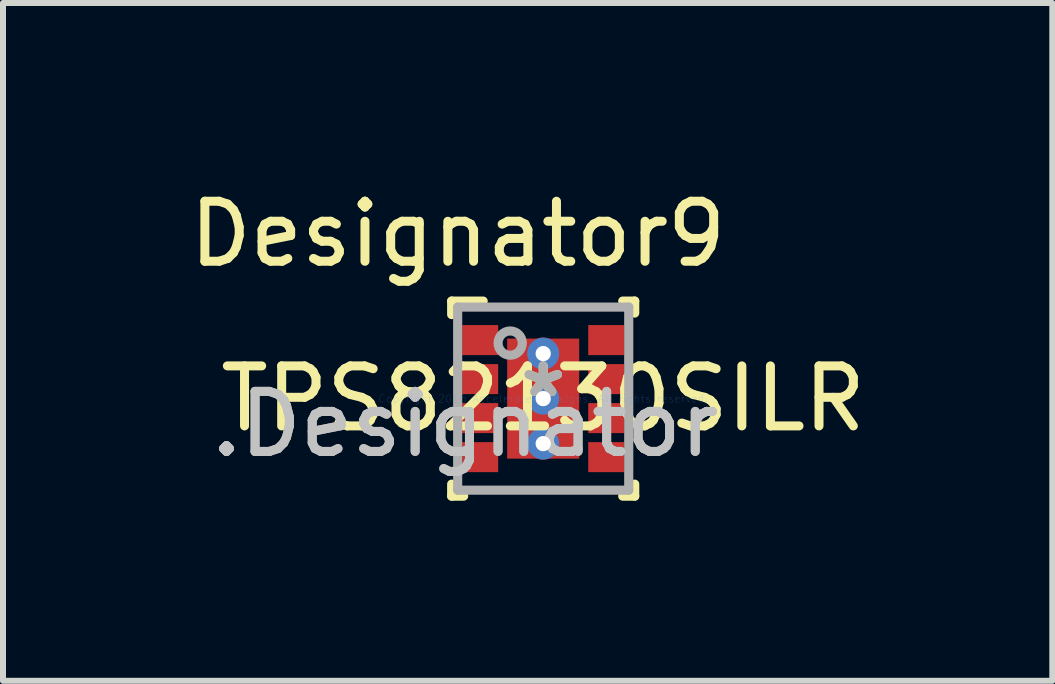
<source format=kicad_pcb>
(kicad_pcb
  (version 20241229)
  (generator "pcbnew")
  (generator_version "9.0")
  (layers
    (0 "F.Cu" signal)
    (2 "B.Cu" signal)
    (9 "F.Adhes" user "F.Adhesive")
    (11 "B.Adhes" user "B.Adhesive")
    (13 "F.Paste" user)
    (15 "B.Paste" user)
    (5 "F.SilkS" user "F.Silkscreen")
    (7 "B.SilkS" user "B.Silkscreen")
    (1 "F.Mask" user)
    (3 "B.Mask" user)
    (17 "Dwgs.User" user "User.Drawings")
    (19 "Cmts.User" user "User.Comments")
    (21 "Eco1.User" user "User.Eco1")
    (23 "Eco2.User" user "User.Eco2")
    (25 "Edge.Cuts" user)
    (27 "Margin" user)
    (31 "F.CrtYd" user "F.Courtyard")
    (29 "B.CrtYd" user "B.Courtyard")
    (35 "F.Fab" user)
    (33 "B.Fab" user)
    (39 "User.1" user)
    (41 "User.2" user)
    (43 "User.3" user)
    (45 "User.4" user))
  (footprint "TPS82130SILR"
    (layer "F.Cu")
    (at 6 3.591)
    (property "Reference" "TPS82130SILR" (at 0 0 0) (layer "F.SilkS") (effects (font (size 1 1) (thickness 0.15))))
    (attr through_hole)
    (fp_line (start -1.525 -1.625) (end -1 -1.625) (stroke (width 0.152) (type solid)) (layer "F.SilkS"))
    (fp_line (start -1.525 -1.4) (end -1.525 -1.625) (stroke (width 0.152) (type solid)) (layer "F.SilkS"))
    (fp_line (start -1.525 1.625) (end -1.525 1.425) (stroke (width 0.152) (type solid)) (layer "F.SilkS"))
    (fp_line (start -1.525 1.625) (end -1.325 1.625) (stroke (width 0.152) (type solid)) (layer "F.SilkS"))
    (fp_line (start 1.325 -1.625) (end 1.525 -1.625) (stroke (width 0.152) (type solid)) (layer "F.SilkS"))
    (fp_line (start 1.325 1.625) (end 1.525 1.625) (stroke (width 0.152) (type solid)) (layer "F.SilkS"))
    (fp_line (start 1.525 -1.425) (end 1.525 -1.625) (stroke (width 0.152) (type solid)) (layer "F.SilkS"))
    (fp_line (start 1.525 1.625) (end 1.525 1.425) (stroke (width 0.152) (type solid)) (layer "F.SilkS"))
    (fp_line (start -0.52 -0.899) (end -0.519 -0.909) (stroke (width 0.152) (type solid)) (layer "F.Paste"))
    (fp_line (start -0.52 -0.151) (end -0.52 -0.899) (stroke (width 0.152) (type solid)) (layer "F.Paste"))
    (fp_line (start -0.52 0.151) (end -0.519 0.141) (stroke (width 0.152) (type solid)) (layer "F.Paste"))
    (fp_line (start -0.52 0.899) (end -0.52 0.151) (stroke (width 0.152) (type solid)) (layer "F.Paste"))
    (fp_line (start -0.519 -0.909) (end -0.516 -0.919) (stroke (width 0.152) (type solid)) (layer "F.Paste"))
    (fp_line (start -0.519 -0.141) (end -0.52 -0.151) (stroke (width 0.152) (type solid)) (layer "F.Paste"))
    (fp_line (start -0.519 0.141) (end -0.516 0.131) (stroke (width 0.152) (type solid)) (layer "F.Paste"))
    (fp_line (start -0.519 0.909) (end -0.52 0.899) (stroke (width 0.152) (type solid)) (layer "F.Paste"))
    (fp_line (start -0.516 -0.919) (end -0.511 -0.927) (stroke (width 0.152) (type solid)) (layer "F.Paste"))
    (fp_line (start -0.516 -0.131) (end -0.519 -0.141) (stroke (width 0.152) (type solid)) (layer "F.Paste"))
    (fp_line (start -0.516 0.131) (end -0.511 0.123) (stroke (width 0.152) (type solid)) (layer "F.Paste"))
    (fp_line (start -0.516 0.919) (end -0.519 0.909) (stroke (width 0.152) (type solid)) (layer "F.Paste"))
    (fp_line (start -0.511 -0.927) (end -0.505 -0.935) (stroke (width 0.152) (type solid)) (layer "F.Paste"))
    (fp_line (start -0.511 -0.123) (end -0.516 -0.131) (stroke (width 0.152) (type solid)) (layer "F.Paste"))
    (fp_line (start -0.511 0.123) (end -0.505 0.115) (stroke (width 0.152) (type solid)) (layer "F.Paste"))
    (fp_line (start -0.511 0.927) (end -0.516 0.919) (stroke (width 0.152) (type solid)) (layer "F.Paste"))
    (fp_line (start -0.505 -0.935) (end -0.497 -0.941) (stroke (width 0.152) (type solid)) (layer "F.Paste"))
    (fp_line (start -0.505 -0.115) (end -0.511 -0.123) (stroke (width 0.152) (type solid)) (layer "F.Paste"))
    (fp_line (start -0.505 0.115) (end -0.497 0.109) (stroke (width 0.152) (type solid)) (layer "F.Paste"))
    (fp_line (start -0.505 0.935) (end -0.511 0.927) (stroke (width 0.152) (type solid)) (layer "F.Paste"))
    (fp_line (start -0.497 -0.941) (end -0.489 -0.946) (stroke (width 0.152) (type solid)) (layer "F.Paste"))
    (fp_line (start -0.497 -0.109) (end -0.505 -0.115) (stroke (width 0.152) (type solid)) (layer "F.Paste"))
    (fp_line (start -0.497 0.109) (end -0.489 0.104) (stroke (width 0.152) (type solid)) (layer "F.Paste"))
    (fp_line (start -0.497 0.941) (end -0.505 0.935) (stroke (width 0.152) (type solid)) (layer "F.Paste"))
    (fp_line (start -0.489 -0.946) (end -0.479 -0.949) (stroke (width 0.152) (type solid)) (layer "F.Paste"))
    (fp_line (start -0.489 -0.104) (end -0.497 -0.109) (stroke (width 0.152) (type solid)) (layer "F.Paste"))
    (fp_line (start -0.489 0.104) (end -0.479 0.101) (stroke (width 0.152) (type solid)) (layer "F.Paste"))
    (fp_line (start -0.489 0.946) (end -0.497 0.941) (stroke (width 0.152) (type solid)) (layer "F.Paste"))
    (fp_line (start -0.479 -0.949) (end -0.469 -0.95) (stroke (width 0.152) (type solid)) (layer "F.Paste"))
    (fp_line (start -0.479 -0.101) (end -0.489 -0.104) (stroke (width 0.152) (type solid)) (layer "F.Paste"))
    (fp_line (start -0.479 0.101) (end -0.469 0.1) (stroke (width 0.152) (type solid)) (layer "F.Paste"))
    (fp_line (start -0.479 0.949) (end -0.489 0.946) (stroke (width 0.152) (type solid)) (layer "F.Paste"))
    (fp_line (start -0.469 -0.95) (end 0.469 -0.95) (stroke (width 0.152) (type solid)) (layer "F.Paste"))
    (fp_line (start -0.469 -0.1) (end -0.479 -0.101) (stroke (width 0.152) (type solid)) (layer "F.Paste"))
    (fp_line (start -0.469 0.1) (end 0.469 0.1) (stroke (width 0.152) (type solid)) (layer "F.Paste"))
    (fp_line (start -0.469 0.95) (end -0.479 0.949) (stroke (width 0.152) (type solid)) (layer "F.Paste"))
    (fp_line (start 0.469 -0.95) (end 0.479 -0.949) (stroke (width 0.152) (type solid)) (layer "F.Paste"))
    (fp_line (start 0.469 -0.1) (end -0.469 -0.1) (stroke (width 0.152) (type solid)) (layer "F.Paste"))
    (fp_line (start 0.469 0.1) (end 0.479 0.101) (stroke (width 0.152) (type solid)) (layer "F.Paste"))
    (fp_line (start 0.469 0.95) (end -0.469 0.95) (stroke (width 0.152) (type solid)) (layer "F.Paste"))
    (fp_line (start 0.479 -0.949) (end 0.489 -0.946) (stroke (width 0.152) (type solid)) (layer "F.Paste"))
    (fp_line (start 0.479 -0.101) (end 0.469 -0.1) (stroke (width 0.152) (type solid)) (layer "F.Paste"))
    (fp_line (start 0.479 0.101) (end 0.489 0.104) (stroke (width 0.152) (type solid)) (layer "F.Paste"))
    (fp_line (start 0.479 0.949) (end 0.469 0.95) (stroke (width 0.152) (type solid)) (layer "F.Paste"))
    (fp_line (start 0.489 -0.946) (end 0.497 -0.941) (stroke (width 0.152) (type solid)) (layer "F.Paste"))
    (fp_line (start 0.489 -0.104) (end 0.479 -0.101) (stroke (width 0.152) (type solid)) (layer "F.Paste"))
    (fp_line (start 0.489 0.104) (end 0.497 0.109) (stroke (width 0.152) (type solid)) (layer "F.Paste"))
    (fp_line (start 0.489 0.946) (end 0.479 0.949) (stroke (width 0.152) (type solid)) (layer "F.Paste"))
    (fp_line (start 0.497 -0.941) (end 0.505 -0.935) (stroke (width 0.152) (type solid)) (layer "F.Paste"))
    (fp_line (start 0.497 -0.109) (end 0.489 -0.104) (stroke (width 0.152) (type solid)) (layer "F.Paste"))
    (fp_line (start 0.497 0.109) (end 0.505 0.115) (stroke (width 0.152) (type solid)) (layer "F.Paste"))
    (fp_line (start 0.497 0.941) (end 0.489 0.946) (stroke (width 0.152) (type solid)) (layer "F.Paste"))
    (fp_line (start 0.505 -0.935) (end 0.511 -0.927) (stroke (width 0.152) (type solid)) (layer "F.Paste"))
    (fp_line (start 0.505 -0.115) (end 0.497 -0.109) (stroke (width 0.152) (type solid)) (layer "F.Paste"))
    (fp_line (start 0.505 0.115) (end 0.511 0.123) (stroke (width 0.152) (type solid)) (layer "F.Paste"))
    (fp_line (start 0.505 0.935) (end 0.497 0.941) (stroke (width 0.152) (type solid)) (layer "F.Paste"))
    (fp_line (start 0.511 -0.927) (end 0.516 -0.919) (stroke (width 0.152) (type solid)) (layer "F.Paste"))
    (fp_line (start 0.511 -0.123) (end 0.505 -0.115) (stroke (width 0.152) (type solid)) (layer "F.Paste"))
    (fp_line (start 0.511 0.123) (end 0.516 0.131) (stroke (width 0.152) (type solid)) (layer "F.Paste"))
    (fp_line (start 0.511 0.927) (end 0.505 0.935) (stroke (width 0.152) (type solid)) (layer "F.Paste"))
    (fp_line (start 0.516 -0.919) (end 0.519 -0.909) (stroke (width 0.152) (type solid)) (layer "F.Paste"))
    (fp_line (start 0.516 -0.131) (end 0.511 -0.123) (stroke (width 0.152) (type solid)) (layer "F.Paste"))
    (fp_line (start 0.516 0.131) (end 0.519 0.141) (stroke (width 0.152) (type solid)) (layer "F.Paste"))
    (fp_line (start 0.516 0.919) (end 0.511 0.927) (stroke (width 0.152) (type solid)) (layer "F.Paste"))
    (fp_line (start 0.519 -0.909) (end 0.52 -0.899) (stroke (width 0.152) (type solid)) (layer "F.Paste"))
    (fp_line (start 0.519 -0.141) (end 0.516 -0.131) (stroke (width 0.152) (type solid)) (layer "F.Paste"))
    (fp_line (start 0.519 0.141) (end 0.52 0.151) (stroke (width 0.152) (type solid)) (layer "F.Paste"))
    (fp_line (start 0.519 0.909) (end 0.516 0.919) (stroke (width 0.152) (type solid)) (layer "F.Paste"))
    (fp_line (start 0.52 -0.899) (end 0.52 -0.151) (stroke (width 0.152) (type solid)) (layer "F.Paste"))
    (fp_line (start 0.52 -0.151) (end 0.519 -0.141) (stroke (width 0.152) (type solid)) (layer "F.Paste"))
    (fp_line (start 0.52 0.151) (end 0.52 0.899) (stroke (width 0.152) (type solid)) (layer "F.Paste"))
    (fp_line (start 0.52 0.899) (end 0.519 0.909) (stroke (width 0.152) (type solid)) (layer "F.Paste"))
    (fp_line (start -1.425 -1.525) (end 1.425 -1.525) (stroke (width 0.152) (type solid)) (layer "F.Fab"))
    (fp_line (start -1.425 1.525) (end -1.425 -1.525) (stroke (width 0.152) (type solid)) (layer "F.Fab"))
    (fp_line (start -1.425 1.525) (end 1.425 1.525) (stroke (width 0.152) (type solid)) (layer "F.Fab"))
    (fp_line (start 1.425 1.525) (end 1.425 -1.525) (stroke (width 0.152) (type solid)) (layer "F.Fab"))
    (fp_circle (center -0.55 -0.925) (end -0.348 -0.925) (stroke (width 0.152) (type solid)) (fill no) (layer "F.Fab"))
    (fp_text user "*" (at 0 0 0) (layer "F.SilkS") (effects (font (size 1 1) (thickness 0.15))))
    (fp_text user "Designator9" (at -1.422 -2.743 0) (layer "F.SilkS") (effects (font (size 1 1) (thickness 0.15))))
    (fp_text user ".Designator" (at -1.3 0.425 0) (layer "Dwgs.User") (effects (font (size 1 1) (thickness 0.15))))
    (fp_text user "Copyright 2016 Accelerated Designs. All rights reserved." (at 0 0 0) (layer "Cmts.User") (effects (font (size 0.127 0.127) (thickness 0.002))))
    (fp_text user ".Designator" (at -1.3 0.425 0) (layer "F.Fab") (effects (font (size 1 1) (thickness 0.15))))
    (fp_text user "*" (at 0 0 0) (layer "F.Fab") (effects (font (size 1 1) (thickness 0.15))))
    (pad "1" smd rect (at -1.05 -0.975) (size 0.6 0.5) (layers "F.Cu" "F.Mask" "F.Paste"))
    (pad "2" smd rect (at -1.05 -0.325) (size 0.6 0.5) (layers "F.Cu" "F.Mask" "F.Paste"))
    (pad "3" smd rect (at -1.05 0.325) (size 0.6 0.5) (layers "F.Cu" "F.Mask" "F.Paste"))
    (pad "4" smd rect (at -1.05 0.975) (size 0.6 0.5) (layers "F.Cu" "F.Mask" "F.Paste"))
    (pad "5" smd rect (at 1.05 0.975) (size 0.6 0.5) (layers "F.Cu" "F.Mask" "F.Paste"))
    (pad "6" smd rect (at 1.05 0.325) (size 0.6 0.5) (layers "F.Cu" "F.Mask" "F.Paste"))
    (pad "7" smd rect (at 1.05 -0.325) (size 0.6 0.5) (layers "F.Cu" "F.Mask" "F.Paste"))
    (pad "8" smd rect (at 1.05 -0.975) (size 0.6 0.5) (layers "F.Cu" "F.Mask" "F.Paste"))
    (pad "9" smd rect (at 0 0) (size 1.2 2) (layers "F.Cu" "F.Mask" "F.Paste"))
    (pad "V" thru_hole circle (at 0 -0.75) (size 0.533 0.533) (drill 0.254) (layers "*.Cu" "*.Mask"))
    (pad "V" thru_hole circle (at 0 0) (size 0.533 0.533) (drill 0.254) (layers "*.Cu" "*.Mask"))
    (pad "V" thru_hole circle (at 0 0.75) (size 0.533 0.533) (drill 0.254) (layers "*.Cu" "*.Mask")))
  (gr_rect
    (start -3 -3)
    (end 14.482 8.293)
    (stroke (width 0.1) (type default))
    (fill no)
    (layer "Edge.Cuts")))
</source>
